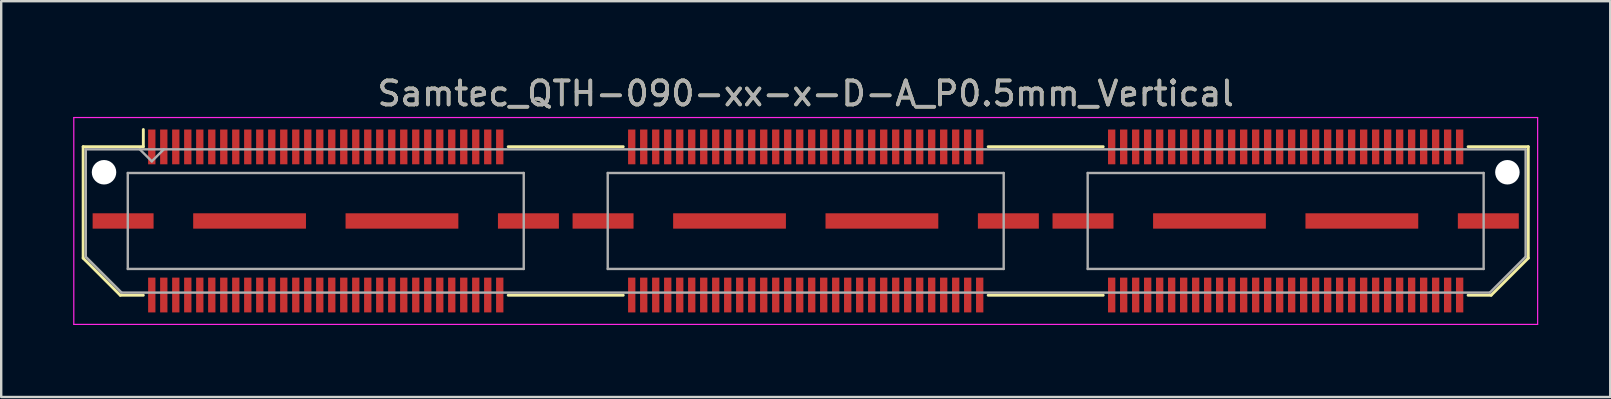
<source format=kicad_pcb>
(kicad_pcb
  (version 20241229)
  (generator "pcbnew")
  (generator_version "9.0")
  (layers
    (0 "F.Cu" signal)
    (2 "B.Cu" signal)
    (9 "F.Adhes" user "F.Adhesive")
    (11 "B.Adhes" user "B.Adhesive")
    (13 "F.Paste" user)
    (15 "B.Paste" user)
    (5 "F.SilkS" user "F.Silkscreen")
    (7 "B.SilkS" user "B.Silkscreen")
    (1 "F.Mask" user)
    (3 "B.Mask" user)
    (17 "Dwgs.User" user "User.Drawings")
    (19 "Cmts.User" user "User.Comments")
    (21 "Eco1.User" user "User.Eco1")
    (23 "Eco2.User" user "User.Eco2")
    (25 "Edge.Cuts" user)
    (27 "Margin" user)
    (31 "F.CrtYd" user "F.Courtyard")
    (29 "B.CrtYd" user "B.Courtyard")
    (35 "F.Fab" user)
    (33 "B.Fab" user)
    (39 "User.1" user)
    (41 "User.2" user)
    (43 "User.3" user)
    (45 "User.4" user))
  (footprint "Samtec_QTH-090-xx-x-D-A_P0.5mm_Vertical"
    (layer "F.Cu")
    (at 30.525 6.158)
    (property "Reference" "Samtec_QTH-090-xx-x-D-A_P0.5mm_Vertical" (at 0 -5.31 0) (layer "F.SilkS") (effects (font (size 1 1) (thickness 0.15))))
    (attr smd)
    (fp_line (start -30.11 -3.095) (end -30.11 1.548) (stroke (width 0.12) (type solid)) (layer "F.SilkS"))
    (fp_line (start -30.11 1.548) (end -28.562 3.095) (stroke (width 0.12) (type solid)) (layer "F.SilkS"))
    (fp_line (start -28.562 3.095) (end -27.602 3.095) (stroke (width 0.12) (type solid)) (layer "F.SilkS"))
    (fp_line (start -27.602 -3.811) (end -27.602 -3.095) (stroke (width 0.12) (type solid)) (layer "F.SilkS"))
    (fp_line (start -27.602 -3.095) (end -30.11 -3.095) (stroke (width 0.12) (type solid)) (layer "F.SilkS"))
    (fp_line (start -12.398 -3.095) (end -7.603 -3.095) (stroke (width 0.12) (type solid)) (layer "F.SilkS"))
    (fp_line (start -12.398 3.095) (end -7.603 3.095) (stroke (width 0.12) (type solid)) (layer "F.SilkS"))
    (fp_line (start 7.603 -3.095) (end 12.398 -3.095) (stroke (width 0.12) (type solid)) (layer "F.SilkS"))
    (fp_line (start 7.603 3.095) (end 12.398 3.095) (stroke (width 0.12) (type solid)) (layer "F.SilkS"))
    (fp_line (start 27.602 -3.095) (end 30.11 -3.095) (stroke (width 0.12) (type solid)) (layer "F.SilkS"))
    (fp_line (start 28.562 3.095) (end 27.602 3.095) (stroke (width 0.12) (type solid)) (layer "F.SilkS"))
    (fp_line (start 30.11 -3.095) (end 30.11 1.548) (stroke (width 0.12) (type solid)) (layer "F.SilkS"))
    (fp_line (start 30.11 1.548) (end 28.562 3.095) (stroke (width 0.12) (type solid)) (layer "F.SilkS"))
    (fp_line (start -30.5 -4.31) (end -30.5 4.31) (stroke (width 0.05) (type solid)) (layer "F.CrtYd"))
    (fp_line (start -30.5 4.31) (end 30.5 4.31) (stroke (width 0.05) (type solid)) (layer "F.CrtYd"))
    (fp_line (start 30.5 -4.31) (end -30.5 -4.31) (stroke (width 0.05) (type solid)) (layer "F.CrtYd"))
    (fp_line (start 30.5 4.31) (end 30.5 -4.31) (stroke (width 0.05) (type solid)) (layer "F.CrtYd"))
    (fp_line (start -30 -2.985) (end -30 1.492) (stroke (width 0.1) (type solid)) (layer "F.Fab"))
    (fp_line (start -30 -2.985) (end 30 -2.985) (stroke (width 0.1) (type solid)) (layer "F.Fab"))
    (fp_line (start -30 1.492) (end -28.508 2.985) (stroke (width 0.1) (type solid)) (layer "F.Fab"))
    (fp_line (start -28.508 2.985) (end 28.508 2.985) (stroke (width 0.1) (type solid)) (layer "F.Fab"))
    (fp_line (start -28.25 -2) (end -28.25 2) (stroke (width 0.1) (type solid)) (layer "F.Fab"))
    (fp_line (start -28.25 2) (end -11.75 2) (stroke (width 0.1) (type solid)) (layer "F.Fab"))
    (fp_line (start -27.25 -2.485) (end -27.75 -2.985) (stroke (width 0.1) (type solid)) (layer "F.Fab"))
    (fp_line (start -26.75 -2.985) (end -27.25 -2.485) (stroke (width 0.1) (type solid)) (layer "F.Fab"))
    (fp_line (start -11.75 -2) (end -28.25 -2) (stroke (width 0.1) (type solid)) (layer "F.Fab"))
    (fp_line (start -11.75 2) (end -11.75 -2) (stroke (width 0.1) (type solid)) (layer "F.Fab"))
    (fp_line (start -8.25 -2) (end -8.25 2) (stroke (width 0.1) (type solid)) (layer "F.Fab"))
    (fp_line (start -8.25 2) (end 8.25 2) (stroke (width 0.1) (type solid)) (layer "F.Fab"))
    (fp_line (start 8.25 -2) (end -8.25 -2) (stroke (width 0.1) (type solid)) (layer "F.Fab"))
    (fp_line (start 8.25 2) (end 8.25 -2) (stroke (width 0.1) (type solid)) (layer "F.Fab"))
    (fp_line (start 11.75 -2) (end 11.75 2) (stroke (width 0.1) (type solid)) (layer "F.Fab"))
    (fp_line (start 11.75 2) (end 28.25 2) (stroke (width 0.1) (type solid)) (layer "F.Fab"))
    (fp_line (start 28.25 -2) (end 11.75 -2) (stroke (width 0.1) (type solid)) (layer "F.Fab"))
    (fp_line (start 28.25 2) (end 28.25 -2) (stroke (width 0.1) (type solid)) (layer "F.Fab"))
    (fp_line (start 30 -2.985) (end 30 1.492) (stroke (width 0.1) (type solid)) (layer "F.Fab"))
    (fp_line (start 30 1.492) (end 28.508 2.985) (stroke (width 0.1) (type solid)) (layer "F.Fab"))
    (fp_text user "${REFERENCE}" (at 0 -5.31 0) (layer "F.Fab") (effects (font (size 1 1) (thickness 0.15))))
    (pad "" np_thru_hole circle (at -29.24 -2.03) (size 1.02 1.02) (drill 1.02) (layers "*.Cu" "*.Mask"))
    (pad "" np_thru_hole circle (at 29.24 -2.03) (size 1.02 1.02) (drill 1.02) (layers "*.Cu" "*.Mask"))
    (pad "1" smd rect (at -27.25 -3.086) (size 0.305 1.45) (layers "F.Cu" "F.Mask" "F.Paste"))
    (pad "2" smd rect (at -27.25 3.086) (size 0.305 1.45) (layers "F.Cu" "F.Mask" "F.Paste"))
    (pad "3" smd rect (at -26.75 -3.086) (size 0.305 1.45) (layers "F.Cu" "F.Mask" "F.Paste"))
    (pad "4" smd rect (at -26.75 3.086) (size 0.305 1.45) (layers "F.Cu" "F.Mask" "F.Paste"))
    (pad "5" smd rect (at -26.25 -3.086) (size 0.305 1.45) (layers "F.Cu" "F.Mask" "F.Paste"))
    (pad "6" smd rect (at -26.25 3.086) (size 0.305 1.45) (layers "F.Cu" "F.Mask" "F.Paste"))
    (pad "7" smd rect (at -25.75 -3.086) (size 0.305 1.45) (layers "F.Cu" "F.Mask" "F.Paste"))
    (pad "8" smd rect (at -25.75 3.086) (size 0.305 1.45) (layers "F.Cu" "F.Mask" "F.Paste"))
    (pad "9" smd rect (at -25.25 -3.086) (size 0.305 1.45) (layers "F.Cu" "F.Mask" "F.Paste"))
    (pad "10" smd rect (at -25.25 3.086) (size 0.305 1.45) (layers "F.Cu" "F.Mask" "F.Paste"))
    (pad "11" smd rect (at -24.75 -3.086) (size 0.305 1.45) (layers "F.Cu" "F.Mask" "F.Paste"))
    (pad "12" smd rect (at -24.75 3.086) (size 0.305 1.45) (layers "F.Cu" "F.Mask" "F.Paste"))
    (pad "13" smd rect (at -24.25 -3.086) (size 0.305 1.45) (layers "F.Cu" "F.Mask" "F.Paste"))
    (pad "14" smd rect (at -24.25 3.086) (size 0.305 1.45) (layers "F.Cu" "F.Mask" "F.Paste"))
    (pad "15" smd rect (at -23.75 -3.086) (size 0.305 1.45) (layers "F.Cu" "F.Mask" "F.Paste"))
    (pad "16" smd rect (at -23.75 3.086) (size 0.305 1.45) (layers "F.Cu" "F.Mask" "F.Paste"))
    (pad "17" smd rect (at -23.25 -3.086) (size 0.305 1.45) (layers "F.Cu" "F.Mask" "F.Paste"))
    (pad "18" smd rect (at -23.25 3.086) (size 0.305 1.45) (layers "F.Cu" "F.Mask" "F.Paste"))
    (pad "19" smd rect (at -22.75 -3.086) (size 0.305 1.45) (layers "F.Cu" "F.Mask" "F.Paste"))
    (pad "20" smd rect (at -22.75 3.086) (size 0.305 1.45) (layers "F.Cu" "F.Mask" "F.Paste"))
    (pad "21" smd rect (at -22.25 -3.086) (size 0.305 1.45) (layers "F.Cu" "F.Mask" "F.Paste"))
    (pad "22" smd rect (at -22.25 3.086) (size 0.305 1.45) (layers "F.Cu" "F.Mask" "F.Paste"))
    (pad "23" smd rect (at -21.75 -3.086) (size 0.305 1.45) (layers "F.Cu" "F.Mask" "F.Paste"))
    (pad "24" smd rect (at -21.75 3.086) (size 0.305 1.45) (layers "F.Cu" "F.Mask" "F.Paste"))
    (pad "25" smd rect (at -21.25 -3.086) (size 0.305 1.45) (layers "F.Cu" "F.Mask" "F.Paste"))
    (pad "26" smd rect (at -21.25 3.086) (size 0.305 1.45) (layers "F.Cu" "F.Mask" "F.Paste"))
    (pad "27" smd rect (at -20.75 -3.086) (size 0.305 1.45) (layers "F.Cu" "F.Mask" "F.Paste"))
    (pad "28" smd rect (at -20.75 3.086) (size 0.305 1.45) (layers "F.Cu" "F.Mask" "F.Paste"))
    (pad "29" smd rect (at -20.25 -3.086) (size 0.305 1.45) (layers "F.Cu" "F.Mask" "F.Paste"))
    (pad "30" smd rect (at -20.25 3.086) (size 0.305 1.45) (layers "F.Cu" "F.Mask" "F.Paste"))
    (pad "31" smd rect (at -19.75 -3.086) (size 0.305 1.45) (layers "F.Cu" "F.Mask" "F.Paste"))
    (pad "32" smd rect (at -19.75 3.086) (size 0.305 1.45) (layers "F.Cu" "F.Mask" "F.Paste"))
    (pad "33" smd rect (at -19.25 -3.086) (size 0.305 1.45) (layers "F.Cu" "F.Mask" "F.Paste"))
    (pad "34" smd rect (at -19.25 3.086) (size 0.305 1.45) (layers "F.Cu" "F.Mask" "F.Paste"))
    (pad "35" smd rect (at -18.75 -3.086) (size 0.305 1.45) (layers "F.Cu" "F.Mask" "F.Paste"))
    (pad "36" smd rect (at -18.75 3.086) (size 0.305 1.45) (layers "F.Cu" "F.Mask" "F.Paste"))
    (pad "37" smd rect (at -18.25 -3.086) (size 0.305 1.45) (layers "F.Cu" "F.Mask" "F.Paste"))
    (pad "38" smd rect (at -18.25 3.086) (size 0.305 1.45) (layers "F.Cu" "F.Mask" "F.Paste"))
    (pad "39" smd rect (at -17.75 -3.086) (size 0.305 1.45) (layers "F.Cu" "F.Mask" "F.Paste"))
    (pad "40" smd rect (at -17.75 3.086) (size 0.305 1.45) (layers "F.Cu" "F.Mask" "F.Paste"))
    (pad "41" smd rect (at -17.25 -3.086) (size 0.305 1.45) (layers "F.Cu" "F.Mask" "F.Paste"))
    (pad "42" smd rect (at -17.25 3.086) (size 0.305 1.45) (layers "F.Cu" "F.Mask" "F.Paste"))
    (pad "43" smd rect (at -16.75 -3.086) (size 0.305 1.45) (layers "F.Cu" "F.Mask" "F.Paste"))
    (pad "44" smd rect (at -16.75 3.086) (size 0.305 1.45) (layers "F.Cu" "F.Mask" "F.Paste"))
    (pad "45" smd rect (at -16.25 -3.086) (size 0.305 1.45) (layers "F.Cu" "F.Mask" "F.Paste"))
    (pad "46" smd rect (at -16.25 3.086) (size 0.305 1.45) (layers "F.Cu" "F.Mask" "F.Paste"))
    (pad "47" smd rect (at -15.75 -3.086) (size 0.305 1.45) (layers "F.Cu" "F.Mask" "F.Paste"))
    (pad "48" smd rect (at -15.75 3.086) (size 0.305 1.45) (layers "F.Cu" "F.Mask" "F.Paste"))
    (pad "49" smd rect (at -15.25 -3.086) (size 0.305 1.45) (layers "F.Cu" "F.Mask" "F.Paste"))
    (pad "50" smd rect (at -15.25 3.086) (size 0.305 1.45) (layers "F.Cu" "F.Mask" "F.Paste"))
    (pad "51" smd rect (at -14.75 -3.086) (size 0.305 1.45) (layers "F.Cu" "F.Mask" "F.Paste"))
    (pad "52" smd rect (at -14.75 3.086) (size 0.305 1.45) (layers "F.Cu" "F.Mask" "F.Paste"))
    (pad "53" smd rect (at -14.25 -3.086) (size 0.305 1.45) (layers "F.Cu" "F.Mask" "F.Paste"))
    (pad "54" smd rect (at -14.25 3.086) (size 0.305 1.45) (layers "F.Cu" "F.Mask" "F.Paste"))
    (pad "55" smd rect (at -13.75 -3.086) (size 0.305 1.45) (layers "F.Cu" "F.Mask" "F.Paste"))
    (pad "56" smd rect (at -13.75 3.086) (size 0.305 1.45) (layers "F.Cu" "F.Mask" "F.Paste"))
    (pad "57" smd rect (at -13.25 -3.086) (size 0.305 1.45) (layers "F.Cu" "F.Mask" "F.Paste"))
    (pad "58" smd rect (at -13.25 3.086) (size 0.305 1.45) (layers "F.Cu" "F.Mask" "F.Paste"))
    (pad "59" smd rect (at -12.75 -3.086) (size 0.305 1.45) (layers "F.Cu" "F.Mask" "F.Paste"))
    (pad "60" smd rect (at -12.75 3.086) (size 0.305 1.45) (layers "F.Cu" "F.Mask" "F.Paste"))
    (pad "61" smd rect (at -7.25 -3.086) (size 0.305 1.45) (layers "F.Cu" "F.Mask" "F.Paste"))
    (pad "62" smd rect (at -7.25 3.086) (size 0.305 1.45) (layers "F.Cu" "F.Mask" "F.Paste"))
    (pad "63" smd rect (at -6.75 -3.086) (size 0.305 1.45) (layers "F.Cu" "F.Mask" "F.Paste"))
    (pad "64" smd rect (at -6.75 3.086) (size 0.305 1.45) (layers "F.Cu" "F.Mask" "F.Paste"))
    (pad "65" smd rect (at -6.25 -3.086) (size 0.305 1.45) (layers "F.Cu" "F.Mask" "F.Paste"))
    (pad "66" smd rect (at -6.25 3.086) (size 0.305 1.45) (layers "F.Cu" "F.Mask" "F.Paste"))
    (pad "67" smd rect (at -5.75 -3.086) (size 0.305 1.45) (layers "F.Cu" "F.Mask" "F.Paste"))
    (pad "68" smd rect (at -5.75 3.086) (size 0.305 1.45) (layers "F.Cu" "F.Mask" "F.Paste"))
    (pad "69" smd rect (at -5.25 -3.086) (size 0.305 1.45) (layers "F.Cu" "F.Mask" "F.Paste"))
    (pad "70" smd rect (at -5.25 3.086) (size 0.305 1.45) (layers "F.Cu" "F.Mask" "F.Paste"))
    (pad "71" smd rect (at -4.75 -3.086) (size 0.305 1.45) (layers "F.Cu" "F.Mask" "F.Paste"))
    (pad "72" smd rect (at -4.75 3.086) (size 0.305 1.45) (layers "F.Cu" "F.Mask" "F.Paste"))
    (pad "73" smd rect (at -4.25 -3.086) (size 0.305 1.45) (layers "F.Cu" "F.Mask" "F.Paste"))
    (pad "74" smd rect (at -4.25 3.086) (size 0.305 1.45) (layers "F.Cu" "F.Mask" "F.Paste"))
    (pad "75" smd rect (at -3.75 -3.086) (size 0.305 1.45) (layers "F.Cu" "F.Mask" "F.Paste"))
    (pad "76" smd rect (at -3.75 3.086) (size 0.305 1.45) (layers "F.Cu" "F.Mask" "F.Paste"))
    (pad "77" smd rect (at -3.25 -3.086) (size 0.305 1.45) (layers "F.Cu" "F.Mask" "F.Paste"))
    (pad "78" smd rect (at -3.25 3.086) (size 0.305 1.45) (layers "F.Cu" "F.Mask" "F.Paste"))
    (pad "79" smd rect (at -2.75 -3.086) (size 0.305 1.45) (layers "F.Cu" "F.Mask" "F.Paste"))
    (pad "80" smd rect (at -2.75 3.086) (size 0.305 1.45) (layers "F.Cu" "F.Mask" "F.Paste"))
    (pad "81" smd rect (at -2.25 -3.086) (size 0.305 1.45) (layers "F.Cu" "F.Mask" "F.Paste"))
    (pad "82" smd rect (at -2.25 3.086) (size 0.305 1.45) (layers "F.Cu" "F.Mask" "F.Paste"))
    (pad "83" smd rect (at -1.75 -3.086) (size 0.305 1.45) (layers "F.Cu" "F.Mask" "F.Paste"))
    (pad "84" smd rect (at -1.75 3.086) (size 0.305 1.45) (layers "F.Cu" "F.Mask" "F.Paste"))
    (pad "85" smd rect (at -1.25 -3.086) (size 0.305 1.45) (layers "F.Cu" "F.Mask" "F.Paste"))
    (pad "86" smd rect (at -1.25 3.086) (size 0.305 1.45) (layers "F.Cu" "F.Mask" "F.Paste"))
    (pad "87" smd rect (at -0.75 -3.086) (size 0.305 1.45) (layers "F.Cu" "F.Mask" "F.Paste"))
    (pad "88" smd rect (at -0.75 3.086) (size 0.305 1.45) (layers "F.Cu" "F.Mask" "F.Paste"))
    (pad "89" smd rect (at -0.25 -3.086) (size 0.305 1.45) (layers "F.Cu" "F.Mask" "F.Paste"))
    (pad "90" smd rect (at -0.25 3.086) (size 0.305 1.45) (layers "F.Cu" "F.Mask" "F.Paste"))
    (pad "91" smd rect (at 0.25 -3.086) (size 0.305 1.45) (layers "F.Cu" "F.Mask" "F.Paste"))
    (pad "92" smd rect (at 0.25 3.086) (size 0.305 1.45) (layers "F.Cu" "F.Mask" "F.Paste"))
    (pad "93" smd rect (at 0.75 -3.086) (size 0.305 1.45) (layers "F.Cu" "F.Mask" "F.Paste"))
    (pad "94" smd rect (at 0.75 3.086) (size 0.305 1.45) (layers "F.Cu" "F.Mask" "F.Paste"))
    (pad "95" smd rect (at 1.25 -3.086) (size 0.305 1.45) (layers "F.Cu" "F.Mask" "F.Paste"))
    (pad "96" smd rect (at 1.25 3.086) (size 0.305 1.45) (layers "F.Cu" "F.Mask" "F.Paste"))
    (pad "97" smd rect (at 1.75 -3.086) (size 0.305 1.45) (layers "F.Cu" "F.Mask" "F.Paste"))
    (pad "98" smd rect (at 1.75 3.086) (size 0.305 1.45) (layers "F.Cu" "F.Mask" "F.Paste"))
    (pad "99" smd rect (at 2.25 -3.086) (size 0.305 1.45) (layers "F.Cu" "F.Mask" "F.Paste"))
    (pad "100" smd rect (at 2.25 3.086) (size 0.305 1.45) (layers "F.Cu" "F.Mask" "F.Paste"))
    (pad "101" smd rect (at 2.75 -3.086) (size 0.305 1.45) (layers "F.Cu" "F.Mask" "F.Paste"))
    (pad "102" smd rect (at 2.75 3.086) (size 0.305 1.45) (layers "F.Cu" "F.Mask" "F.Paste"))
    (pad "103" smd rect (at 3.25 -3.086) (size 0.305 1.45) (layers "F.Cu" "F.Mask" "F.Paste"))
    (pad "104" smd rect (at 3.25 3.086) (size 0.305 1.45) (layers "F.Cu" "F.Mask" "F.Paste"))
    (pad "105" smd rect (at 3.75 -3.086) (size 0.305 1.45) (layers "F.Cu" "F.Mask" "F.Paste"))
    (pad "106" smd rect (at 3.75 3.086) (size 0.305 1.45) (layers "F.Cu" "F.Mask" "F.Paste"))
    (pad "107" smd rect (at 4.25 -3.086) (size 0.305 1.45) (layers "F.Cu" "F.Mask" "F.Paste"))
    (pad "108" smd rect (at 4.25 3.086) (size 0.305 1.45) (layers "F.Cu" "F.Mask" "F.Paste"))
    (pad "109" smd rect (at 4.75 -3.086) (size 0.305 1.45) (layers "F.Cu" "F.Mask" "F.Paste"))
    (pad "110" smd rect (at 4.75 3.086) (size 0.305 1.45) (layers "F.Cu" "F.Mask" "F.Paste"))
    (pad "111" smd rect (at 5.25 -3.086) (size 0.305 1.45) (layers "F.Cu" "F.Mask" "F.Paste"))
    (pad "112" smd rect (at 5.25 3.086) (size 0.305 1.45) (layers "F.Cu" "F.Mask" "F.Paste"))
    (pad "113" smd rect (at 5.75 -3.086) (size 0.305 1.45) (layers "F.Cu" "F.Mask" "F.Paste"))
    (pad "114" smd rect (at 5.75 3.086) (size 0.305 1.45) (layers "F.Cu" "F.Mask" "F.Paste"))
    (pad "115" smd rect (at 6.25 -3.086) (size 0.305 1.45) (layers "F.Cu" "F.Mask" "F.Paste"))
    (pad "116" smd rect (at 6.25 3.086) (size 0.305 1.45) (layers "F.Cu" "F.Mask" "F.Paste"))
    (pad "117" smd rect (at 6.75 -3.086) (size 0.305 1.45) (layers "F.Cu" "F.Mask" "F.Paste"))
    (pad "118" smd rect (at 6.75 3.086) (size 0.305 1.45) (layers "F.Cu" "F.Mask" "F.Paste"))
    (pad "119" smd rect (at 7.25 -3.086) (size 0.305 1.45) (layers "F.Cu" "F.Mask" "F.Paste"))
    (pad "120" smd rect (at 7.25 3.086) (size 0.305 1.45) (layers "F.Cu" "F.Mask" "F.Paste"))
    (pad "121" smd rect (at 12.75 -3.086) (size 0.305 1.45) (layers "F.Cu" "F.Mask" "F.Paste"))
    (pad "122" smd rect (at 12.75 3.086) (size 0.305 1.45) (layers "F.Cu" "F.Mask" "F.Paste"))
    (pad "123" smd rect (at 13.25 -3.086) (size 0.305 1.45) (layers "F.Cu" "F.Mask" "F.Paste"))
    (pad "124" smd rect (at 13.25 3.086) (size 0.305 1.45) (layers "F.Cu" "F.Mask" "F.Paste"))
    (pad "125" smd rect (at 13.75 -3.086) (size 0.305 1.45) (layers "F.Cu" "F.Mask" "F.Paste"))
    (pad "126" smd rect (at 13.75 3.086) (size 0.305 1.45) (layers "F.Cu" "F.Mask" "F.Paste"))
    (pad "127" smd rect (at 14.25 -3.086) (size 0.305 1.45) (layers "F.Cu" "F.Mask" "F.Paste"))
    (pad "128" smd rect (at 14.25 3.086) (size 0.305 1.45) (layers "F.Cu" "F.Mask" "F.Paste"))
    (pad "129" smd rect (at 14.75 -3.086) (size 0.305 1.45) (layers "F.Cu" "F.Mask" "F.Paste"))
    (pad "130" smd rect (at 14.75 3.086) (size 0.305 1.45) (layers "F.Cu" "F.Mask" "F.Paste"))
    (pad "131" smd rect (at 15.25 -3.086) (size 0.305 1.45) (layers "F.Cu" "F.Mask" "F.Paste"))
    (pad "132" smd rect (at 15.25 3.086) (size 0.305 1.45) (layers "F.Cu" "F.Mask" "F.Paste"))
    (pad "133" smd rect (at 15.75 -3.086) (size 0.305 1.45) (layers "F.Cu" "F.Mask" "F.Paste"))
    (pad "134" smd rect (at 15.75 3.086) (size 0.305 1.45) (layers "F.Cu" "F.Mask" "F.Paste"))
    (pad "135" smd rect (at 16.25 -3.086) (size 0.305 1.45) (layers "F.Cu" "F.Mask" "F.Paste"))
    (pad "136" smd rect (at 16.25 3.086) (size 0.305 1.45) (layers "F.Cu" "F.Mask" "F.Paste"))
    (pad "137" smd rect (at 16.75 -3.086) (size 0.305 1.45) (layers "F.Cu" "F.Mask" "F.Paste"))
    (pad "138" smd rect (at 16.75 3.086) (size 0.305 1.45) (layers "F.Cu" "F.Mask" "F.Paste"))
    (pad "139" smd rect (at 17.25 -3.086) (size 0.305 1.45) (layers "F.Cu" "F.Mask" "F.Paste"))
    (pad "140" smd rect (at 17.25 3.086) (size 0.305 1.45) (layers "F.Cu" "F.Mask" "F.Paste"))
    (pad "141" smd rect (at 17.75 -3.086) (size 0.305 1.45) (layers "F.Cu" "F.Mask" "F.Paste"))
    (pad "142" smd rect (at 17.75 3.086) (size 0.305 1.45) (layers "F.Cu" "F.Mask" "F.Paste"))
    (pad "143" smd rect (at 18.25 -3.086) (size 0.305 1.45) (layers "F.Cu" "F.Mask" "F.Paste"))
    (pad "144" smd rect (at 18.25 3.086) (size 0.305 1.45) (layers "F.Cu" "F.Mask" "F.Paste"))
    (pad "145" smd rect (at 18.75 -3.086) (size 0.305 1.45) (layers "F.Cu" "F.Mask" "F.Paste"))
    (pad "146" smd rect (at 18.75 3.086) (size 0.305 1.45) (layers "F.Cu" "F.Mask" "F.Paste"))
    (pad "147" smd rect (at 19.25 -3.086) (size 0.305 1.45) (layers "F.Cu" "F.Mask" "F.Paste"))
    (pad "148" smd rect (at 19.25 3.086) (size 0.305 1.45) (layers "F.Cu" "F.Mask" "F.Paste"))
    (pad "149" smd rect (at 19.75 -3.086) (size 0.305 1.45) (layers "F.Cu" "F.Mask" "F.Paste"))
    (pad "150" smd rect (at 19.75 3.086) (size 0.305 1.45) (layers "F.Cu" "F.Mask" "F.Paste"))
    (pad "151" smd rect (at 20.25 -3.086) (size 0.305 1.45) (layers "F.Cu" "F.Mask" "F.Paste"))
    (pad "152" smd rect (at 20.25 3.086) (size 0.305 1.45) (layers "F.Cu" "F.Mask" "F.Paste"))
    (pad "153" smd rect (at 20.75 -3.086) (size 0.305 1.45) (layers "F.Cu" "F.Mask" "F.Paste"))
    (pad "154" smd rect (at 20.75 3.086) (size 0.305 1.45) (layers "F.Cu" "F.Mask" "F.Paste"))
    (pad "155" smd rect (at 21.25 -3.086) (size 0.305 1.45) (layers "F.Cu" "F.Mask" "F.Paste"))
    (pad "156" smd rect (at 21.25 3.086) (size 0.305 1.45) (layers "F.Cu" "F.Mask" "F.Paste"))
    (pad "157" smd rect (at 21.75 -3.086) (size 0.305 1.45) (layers "F.Cu" "F.Mask" "F.Paste"))
    (pad "158" smd rect (at 21.75 3.086) (size 0.305 1.45) (layers "F.Cu" "F.Mask" "F.Paste"))
    (pad "159" smd rect (at 22.25 -3.086) (size 0.305 1.45) (layers "F.Cu" "F.Mask" "F.Paste"))
    (pad "160" smd rect (at 22.25 3.086) (size 0.305 1.45) (layers "F.Cu" "F.Mask" "F.Paste"))
    (pad "161" smd rect (at 22.75 -3.086) (size 0.305 1.45) (layers "F.Cu" "F.Mask" "F.Paste"))
    (pad "162" smd rect (at 22.75 3.086) (size 0.305 1.45) (layers "F.Cu" "F.Mask" "F.Paste"))
    (pad "163" smd rect (at 23.25 -3.086) (size 0.305 1.45) (layers "F.Cu" "F.Mask" "F.Paste"))
    (pad "164" smd rect (at 23.25 3.086) (size 0.305 1.45) (layers "F.Cu" "F.Mask" "F.Paste"))
    (pad "165" smd rect (at 23.75 -3.086) (size 0.305 1.45) (layers "F.Cu" "F.Mask" "F.Paste"))
    (pad "166" smd rect (at 23.75 3.086) (size 0.305 1.45) (layers "F.Cu" "F.Mask" "F.Paste"))
    (pad "167" smd rect (at 24.25 -3.086) (size 0.305 1.45) (layers "F.Cu" "F.Mask" "F.Paste"))
    (pad "168" smd rect (at 24.25 3.086) (size 0.305 1.45) (layers "F.Cu" "F.Mask" "F.Paste"))
    (pad "169" smd rect (at 24.75 -3.086) (size 0.305 1.45) (layers "F.Cu" "F.Mask" "F.Paste"))
    (pad "170" smd rect (at 24.75 3.086) (size 0.305 1.45) (layers "F.Cu" "F.Mask" "F.Paste"))
    (pad "171" smd rect (at 25.25 -3.086) (size 0.305 1.45) (layers "F.Cu" "F.Mask" "F.Paste"))
    (pad "172" smd rect (at 25.25 3.086) (size 0.305 1.45) (layers "F.Cu" "F.Mask" "F.Paste"))
    (pad "173" smd rect (at 25.75 -3.086) (size 0.305 1.45) (layers "F.Cu" "F.Mask" "F.Paste"))
    (pad "174" smd rect (at 25.75 3.086) (size 0.305 1.45) (layers "F.Cu" "F.Mask" "F.Paste"))
    (pad "175" smd rect (at 26.25 -3.086) (size 0.305 1.45) (layers "F.Cu" "F.Mask" "F.Paste"))
    (pad "176" smd rect (at 26.25 3.086) (size 0.305 1.45) (layers "F.Cu" "F.Mask" "F.Paste"))
    (pad "177" smd rect (at 26.75 -3.086) (size 0.305 1.45) (layers "F.Cu" "F.Mask" "F.Paste"))
    (pad "178" smd rect (at 26.75 3.086) (size 0.305 1.45) (layers "F.Cu" "F.Mask" "F.Paste"))
    (pad "179" smd rect (at 27.25 -3.086) (size 0.305 1.45) (layers "F.Cu" "F.Mask" "F.Paste"))
    (pad "180" smd rect (at 27.25 3.086) (size 0.305 1.45) (layers "F.Cu" "F.Mask" "F.Paste"))
    (pad "P1" smd rect (at -28.445 0) (size 2.54 0.64) (layers "F.Cu" "F.Mask" "F.Paste"))
    (pad "P1" smd rect (at -23.175 0) (size 4.7 0.64) (layers "F.Cu" "F.Mask" "F.Paste"))
    (pad "P1" smd rect (at -16.825 0) (size 4.7 0.64) (layers "F.Cu" "F.Mask" "F.Paste"))
    (pad "P1" smd rect (at -11.555 0) (size 2.54 0.64) (layers "F.Cu" "F.Mask" "F.Paste"))
    (pad "P2" smd rect (at -8.445 0) (size 2.54 0.64) (layers "F.Cu" "F.Mask" "F.Paste"))
    (pad "P2" smd rect (at -3.175 0) (size 4.7 0.64) (layers "F.Cu" "F.Mask" "F.Paste"))
    (pad "P2" smd rect (at 3.175 0) (size 4.7 0.64) (layers "F.Cu" "F.Mask" "F.Paste"))
    (pad "P2" smd rect (at 8.445 0) (size 2.54 0.64) (layers "F.Cu" "F.Mask" "F.Paste"))
    (pad "P3" smd rect (at 11.555 0) (size 2.54 0.64) (layers "F.Cu" "F.Mask" "F.Paste"))
    (pad "P3" smd rect (at 16.825 0) (size 4.7 0.64) (layers "F.Cu" "F.Mask" "F.Paste"))
    (pad "P3" smd rect (at 23.175 0) (size 4.7 0.64) (layers "F.Cu" "F.Mask" "F.Paste"))
    (pad "P3" smd rect (at 28.445 0) (size 2.54 0.64) (layers "F.Cu" "F.Mask" "F.Paste")))
  (gr_rect
    (start -3 -3)
    (end 64.05 13.493)
    (stroke (width 0.1) (type default))
    (fill no)
    (layer "Edge.Cuts")))
</source>
